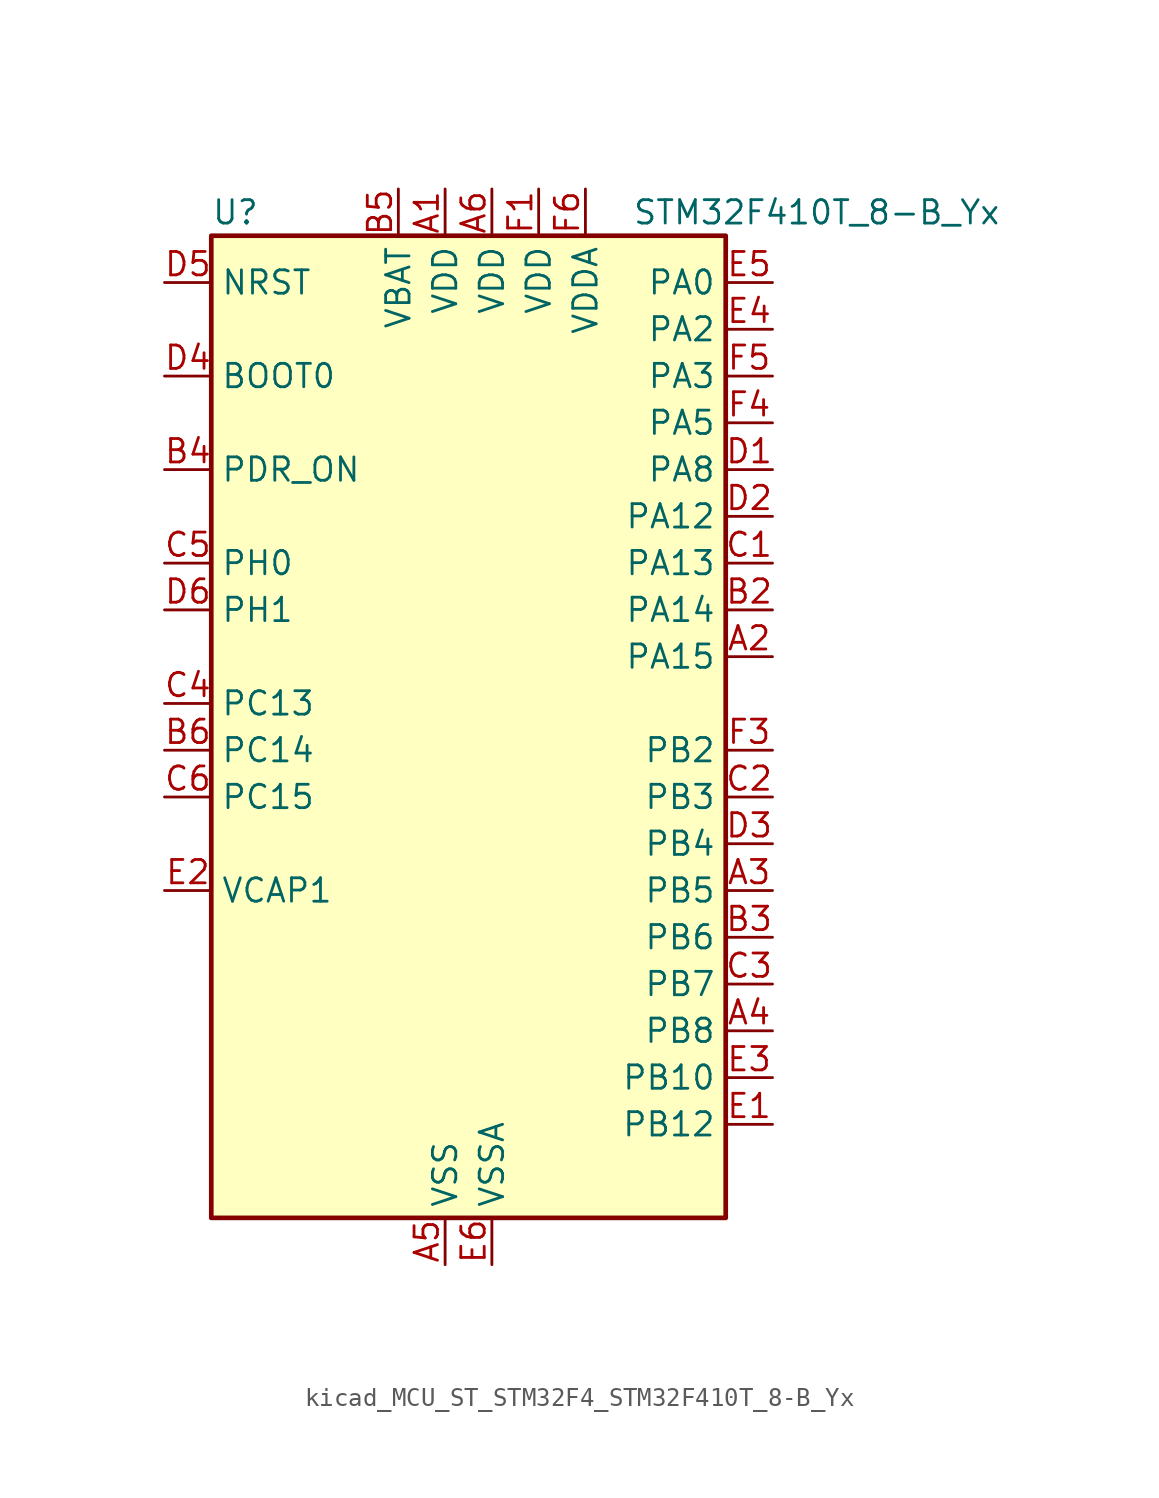
<source format=kicad_sym>
(kicad_symbol_lib
  (version 20220914)
  (generator kicad_symbol_editor)
  (symbol "kicad_MCU_ST_STM32F4_STM32F410T_8-B_Yx"
    (property "Reference" "U"
      (at -12.7 29.21 0)
      (effects (font (size 1.27 1.27)) (justify left)))
    (property "Value" "STM32F410T_8-B_Yx"
      (at 10.16 29.21 0)
      (effects (font (size 1.27 1.27)) (justify left)))
    (property "ki_locked" ""
      (at 0 0 0)
      (effects (font (size 1.27 1.27))))
    (symbol "kicad_MCU_ST_STM32F4_STM32F410T_8-B_Yx_0_1"
      (rectangle (start -12.7 -25.4) (end 15.24 27.94) (stroke (width 0.254) (type default)) (fill (type background))))
    (symbol "kicad_MCU_ST_STM32F4_STM32F410T_8-B_Yx_1_1"
      (pin power_in line (at 0 30.48 270) (length 2.54) (name "VDD" (effects (font (size 1.27 1.27)))) (number "A1" (effects (font (size 1.27 1.27)))))
      (pin bidirectional line (at 17.78 5.08 180) (length 2.54) (name "PA15" (effects (font (size 1.27 1.27)))) (number "A2" (effects (font (size 1.27 1.27)))) (alternate "ADC1_EXTI15" bidirectional line) (alternate "I2S1_WS" bidirectional line) (alternate "SPI1_NSS" bidirectional line) (alternate "SYS_JTDI" bidirectional line) (alternate "USART1_TX" bidirectional line))
      (pin bidirectional line (at 17.78 -7.62 180) (length 2.54) (name "PB5" (effects (font (size 1.27 1.27)))) (number "A3" (effects (font (size 1.27 1.27)))) (alternate "I2C1_SMBA" bidirectional line) (alternate "I2S1_SD" bidirectional line) (alternate "LPTIM1_IN1" bidirectional line) (alternate "SPI1_MOSI" bidirectional line))
      (pin bidirectional line (at 17.78 -15.24 180) (length 2.54) (name "PB8" (effects (font (size 1.27 1.27)))) (number "A4" (effects (font (size 1.27 1.27)))) (alternate "I2C1_SCL" bidirectional line) (alternate "LPTIM1_OUT" bidirectional line))
      (pin power_in line (at 0 -27.94 90) (length 2.54) (name "VSS" (effects (font (size 1.27 1.27)))) (number "A5" (effects (font (size 1.27 1.27)))))
      (pin power_in line (at 2.54 30.48 270) (length 2.54) (name "VDD" (effects (font (size 1.27 1.27)))) (number "A6" (effects (font (size 1.27 1.27)))))
      (pin passive line (at 0 -27.94 90) (length 2.54) hide (name "VSS" (effects (font (size 1.27 1.27)))) (number "B1" (effects (font (size 1.27 1.27)))))
      (pin bidirectional line (at 17.78 7.62 180) (length 2.54) (name "PA14" (effects (font (size 1.27 1.27)))) (number "B2" (effects (font (size 1.27 1.27)))) (alternate "SYS_JTCK-SWCLK" bidirectional line))
      (pin bidirectional line (at 17.78 -10.16 180) (length 2.54) (name "PB6" (effects (font (size 1.27 1.27)))) (number "B3" (effects (font (size 1.27 1.27)))) (alternate "I2C1_SCL" bidirectional line) (alternate "LPTIM1_ETR" bidirectional line) (alternate "USART1_TX" bidirectional line))
      (pin input line (at -15.24 15.24 0) (length 2.54) (name "PDR_ON" (effects (font (size 1.27 1.27)))) (number "B4" (effects (font (size 1.27 1.27)))))
      (pin power_in line (at -2.54 30.48 270) (length 2.54) (name "VBAT" (effects (font (size 1.27 1.27)))) (number "B5" (effects (font (size 1.27 1.27)))))
      (pin bidirectional line (at -15.24 0 0) (length 2.54) (name "PC14" (effects (font (size 1.27 1.27)))) (number "B6" (effects (font (size 1.27 1.27)))) (alternate "RCC_OSC32_IN" bidirectional line))
      (pin bidirectional line (at 17.78 10.16 180) (length 2.54) (name "PA13" (effects (font (size 1.27 1.27)))) (number "C1" (effects (font (size 1.27 1.27)))) (alternate "SYS_JTMS-SWDIO" bidirectional line))
      (pin bidirectional line (at 17.78 -2.54 180) (length 2.54) (name "PB3" (effects (font (size 1.27 1.27)))) (number "C2" (effects (font (size 1.27 1.27)))) (alternate "FMPI2C1_SDA" bidirectional line) (alternate "I2C2_SDA" bidirectional line) (alternate "I2S1_CK" bidirectional line) (alternate "SPI1_SCK" bidirectional line) (alternate "SYS_JTDO-SWO" bidirectional line) (alternate "USART1_RX" bidirectional line))
      (pin bidirectional line (at 17.78 -12.7 180) (length 2.54) (name "PB7" (effects (font (size 1.27 1.27)))) (number "C3" (effects (font (size 1.27 1.27)))) (alternate "I2C1_SDA" bidirectional line) (alternate "LPTIM1_IN2" bidirectional line) (alternate "USART1_RX" bidirectional line))
      (pin bidirectional line (at -15.24 2.54 0) (length 2.54) (name "PC13" (effects (font (size 1.27 1.27)))) (number "C4" (effects (font (size 1.27 1.27)))) (alternate "RTC_AF1" bidirectional line))
      (pin bidirectional line (at -15.24 10.16 0) (length 2.54) (name "PH0" (effects (font (size 1.27 1.27)))) (number "C5" (effects (font (size 1.27 1.27)))) (alternate "RCC_OSC_IN" bidirectional line))
      (pin bidirectional line (at -15.24 -2.54 0) (length 2.54) (name "PC15" (effects (font (size 1.27 1.27)))) (number "C6" (effects (font (size 1.27 1.27)))) (alternate "ADC1_EXTI15" bidirectional line) (alternate "RCC_OSC32_OUT" bidirectional line))
      (pin bidirectional line (at 17.78 15.24 180) (length 2.54) (name "PA8" (effects (font (size 1.27 1.27)))) (number "D1" (effects (font (size 1.27 1.27)))) (alternate "FMPI2C1_SCL" bidirectional line) (alternate "RCC_MCO_1" bidirectional line) (alternate "TIM1_CH1" bidirectional line) (alternate "USART1_CK" bidirectional line))
      (pin bidirectional line (at 17.78 12.7 180) (length 2.54) (name "PA12" (effects (font (size 1.27 1.27)))) (number "D2" (effects (font (size 1.27 1.27)))) (alternate "TIM1_ETR" bidirectional line) (alternate "USART1_RTS" bidirectional line))
      (pin bidirectional line (at 17.78 -5.08 180) (length 2.54) (name "PB4" (effects (font (size 1.27 1.27)))) (number "D3" (effects (font (size 1.27 1.27)))) (alternate "SPI1_MISO" bidirectional line) (alternate "SYS_JTRST" bidirectional line))
      (pin input line (at -15.24 20.32 0) (length 2.54) (name "BOOT0" (effects (font (size 1.27 1.27)))) (number "D4" (effects (font (size 1.27 1.27)))))
      (pin input line (at -15.24 25.4 0) (length 2.54) (name "NRST" (effects (font (size 1.27 1.27)))) (number "D5" (effects (font (size 1.27 1.27)))))
      (pin bidirectional line (at -15.24 7.62 0) (length 2.54) (name "PH1" (effects (font (size 1.27 1.27)))) (number "D6" (effects (font (size 1.27 1.27)))) (alternate "RCC_OSC_OUT" bidirectional line))
      (pin bidirectional line (at 17.78 -20.32 180) (length 2.54) (name "PB12" (effects (font (size 1.27 1.27)))) (number "E1" (effects (font (size 1.27 1.27)))) (alternate "I2C2_SMBA" bidirectional line) (alternate "TIM1_BKIN" bidirectional line) (alternate "TIM5_CH1" bidirectional line))
      (pin power_out line (at -15.24 -7.62 0) (length 2.54) (name "VCAP1" (effects (font (size 1.27 1.27)))) (number "E2" (effects (font (size 1.27 1.27)))))
      (pin bidirectional line (at 17.78 -17.78 180) (length 2.54) (name "PB10" (effects (font (size 1.27 1.27)))) (number "E3" (effects (font (size 1.27 1.27)))) (alternate "FMPI2C1_SCL" bidirectional line) (alternate "I2C2_SCL" bidirectional line) (alternate "I2S1_MCK" bidirectional line))
      (pin bidirectional line (at 17.78 22.86 180) (length 2.54) (name "PA2" (effects (font (size 1.27 1.27)))) (number "E4" (effects (font (size 1.27 1.27)))) (alternate "ADC1_IN2" bidirectional line) (alternate "I2S_CKIN" bidirectional line) (alternate "TIM5_CH3" bidirectional line) (alternate "TIM9_CH1" bidirectional line) (alternate "USART2_TX" bidirectional line))
      (pin bidirectional line (at 17.78 25.4 180) (length 2.54) (name "PA0" (effects (font (size 1.27 1.27)))) (number "E5" (effects (font (size 1.27 1.27)))) (alternate "ADC1_IN0" bidirectional line) (alternate "SYS_WKUP1" bidirectional line) (alternate "TIM5_CH1" bidirectional line) (alternate "USART2_CTS" bidirectional line))
      (pin power_in line (at 2.54 -27.94 90) (length 2.54) (name "VSSA" (effects (font (size 1.27 1.27)))) (number "E6" (effects (font (size 1.27 1.27)))))
      (pin power_in line (at 5.08 30.48 270) (length 2.54) (name "VDD" (effects (font (size 1.27 1.27)))) (number "F1" (effects (font (size 1.27 1.27)))))
      (pin passive line (at 0 -27.94 90) (length 2.54) hide (name "VSS" (effects (font (size 1.27 1.27)))) (number "F2" (effects (font (size 1.27 1.27)))))
      (pin bidirectional line (at 17.78 0 180) (length 2.54) (name "PB2" (effects (font (size 1.27 1.27)))) (number "F3" (effects (font (size 1.27 1.27)))) (alternate "LPTIM1_OUT" bidirectional line))
      (pin bidirectional line (at 17.78 17.78 180) (length 2.54) (name "PA5" (effects (font (size 1.27 1.27)))) (number "F4" (effects (font (size 1.27 1.27)))) (alternate "ADC1_IN5" bidirectional line) (alternate "DAC_OUT1" bidirectional line) (alternate "I2S1_CK" bidirectional line) (alternate "SPI1_SCK" bidirectional line))
      (pin bidirectional line (at 17.78 20.32 180) (length 2.54) (name "PA3" (effects (font (size 1.27 1.27)))) (number "F5" (effects (font (size 1.27 1.27)))) (alternate "ADC1_IN3" bidirectional line) (alternate "TIM5_CH4" bidirectional line) (alternate "TIM9_CH2" bidirectional line) (alternate "USART2_RX" bidirectional line))
      (pin power_in line (at 7.62 30.48 270) (length 2.54) (name "VDDA" (effects (font (size 1.27 1.27)))) (number "F6" (effects (font (size 1.27 1.27))))))))
</source>
